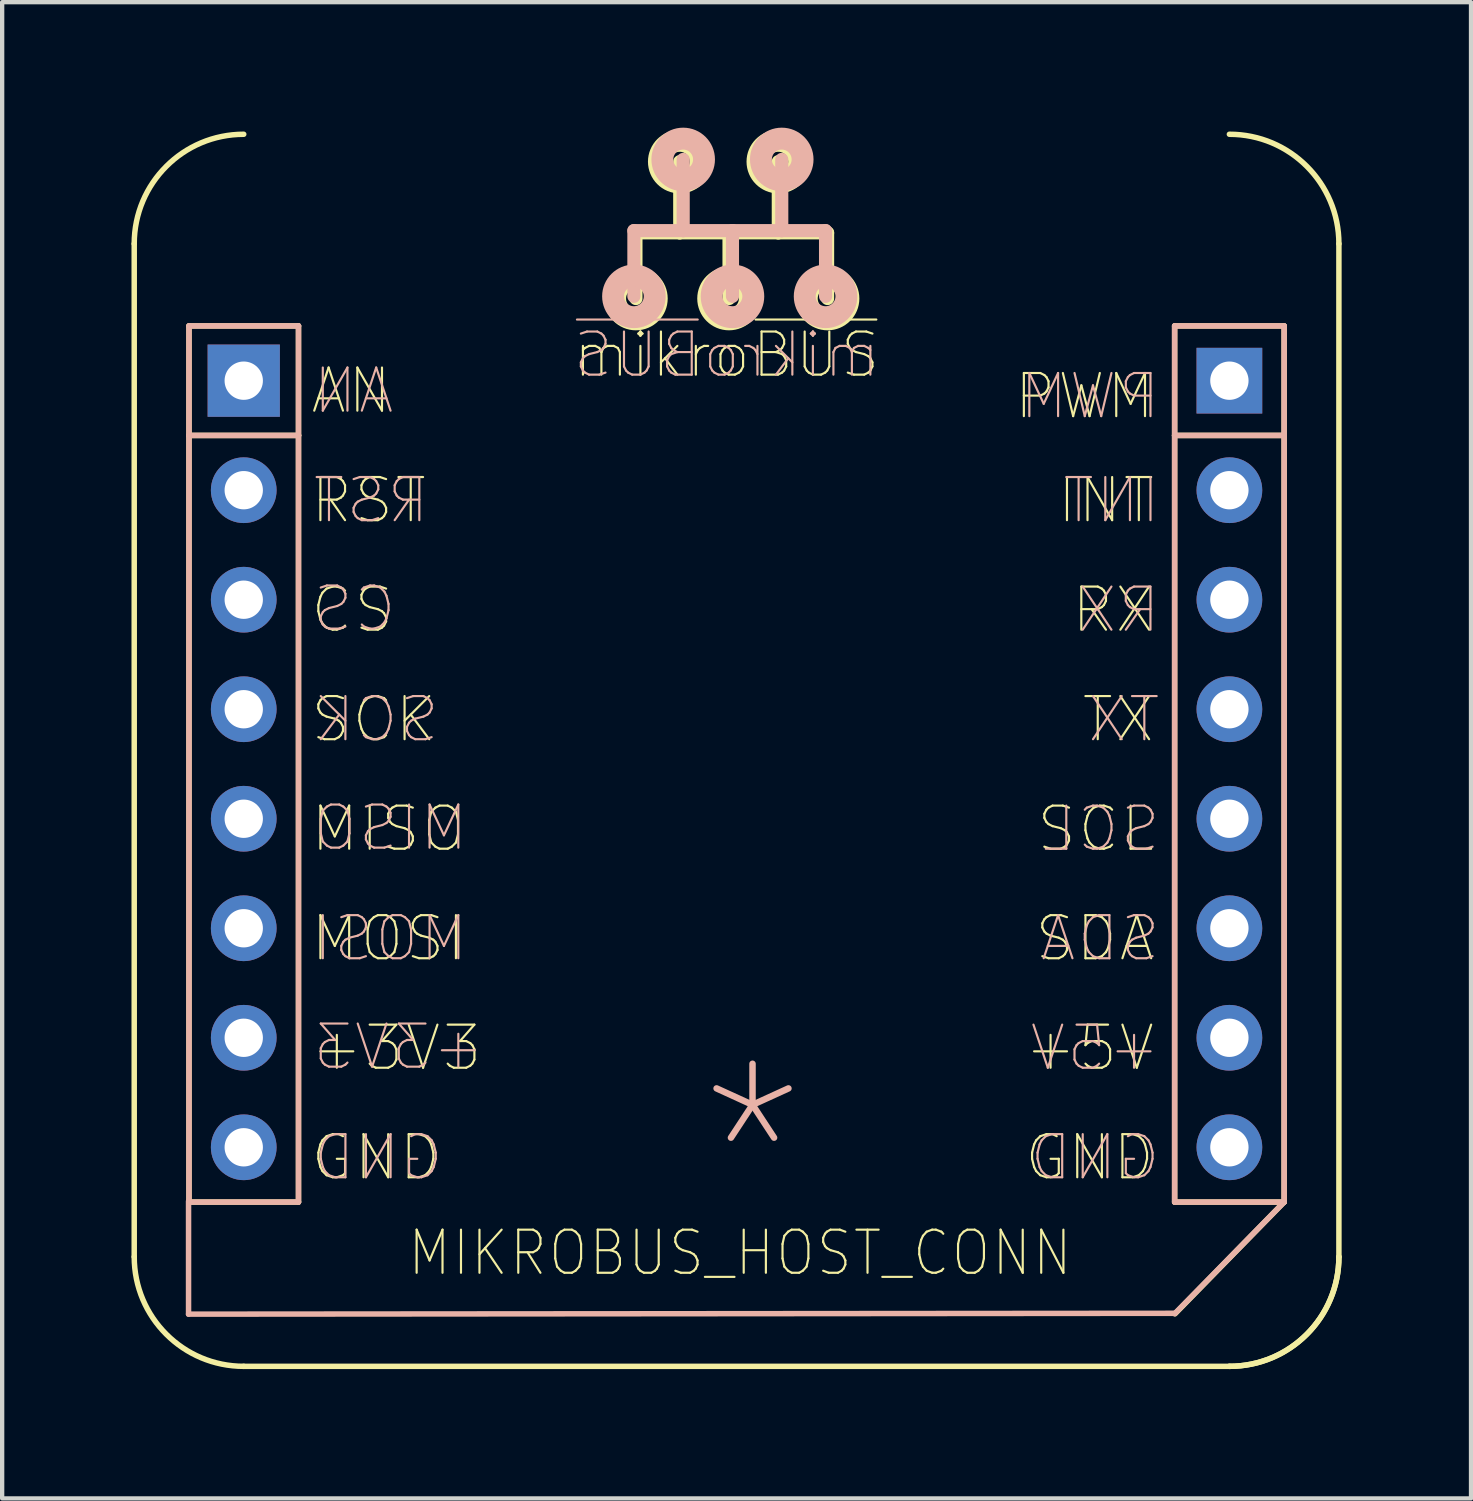
<source format=kicad_pcb>
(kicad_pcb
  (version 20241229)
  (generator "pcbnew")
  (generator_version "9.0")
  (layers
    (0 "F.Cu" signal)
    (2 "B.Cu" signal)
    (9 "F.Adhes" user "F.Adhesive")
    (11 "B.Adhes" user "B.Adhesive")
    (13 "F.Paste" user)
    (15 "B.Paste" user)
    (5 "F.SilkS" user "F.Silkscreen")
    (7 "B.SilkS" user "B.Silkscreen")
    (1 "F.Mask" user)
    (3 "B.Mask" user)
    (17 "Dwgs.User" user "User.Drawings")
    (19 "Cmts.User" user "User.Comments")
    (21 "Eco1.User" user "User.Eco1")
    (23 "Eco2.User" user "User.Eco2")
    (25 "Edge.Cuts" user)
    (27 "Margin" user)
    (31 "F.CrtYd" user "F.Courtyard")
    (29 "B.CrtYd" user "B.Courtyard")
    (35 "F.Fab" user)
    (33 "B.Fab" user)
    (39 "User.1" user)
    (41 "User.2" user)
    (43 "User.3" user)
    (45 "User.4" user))
  (footprint "MIKROBUS_HOST_CONN"
    (layer "F.Cu")
    (at 2.603 5.779)
    (property "Reference" "MIKROBUS_HOST_CONN" (at 11.51 20.23 0) (layer "F.SilkS") (effects (font (size 1 0.9) (thickness 0.05))))
    (attr through_hole)
    (fp_line (start -2.54 -3.175) (end -2.54 20.32) (stroke (width 0.127) (type solid)) (layer "F.SilkS"))
    (fp_line (start -1.27 -1.27) (end -1.27 1.27) (stroke (width 0.127) (type solid)) (layer "F.SilkS"))
    (fp_line (start -1.27 1.27) (end -1.27 19.05) (stroke (width 0.127) (type solid)) (layer "F.SilkS"))
    (fp_line (start -1.27 1.27) (end 1.27 1.27) (stroke (width 0.127) (type solid)) (layer "F.SilkS"))
    (fp_line (start -1.27 19.05) (end 1.27 19.05) (stroke (width 0.127) (type solid)) (layer "F.SilkS"))
    (fp_line (start 0 22.86) (end 22.86 22.86) (stroke (width 0.127) (type solid)) (layer "F.SilkS"))
    (fp_line (start 1.27 -1.27) (end -1.27 -1.27) (stroke (width 0.127) (type solid)) (layer "F.SilkS"))
    (fp_line (start 1.27 1.27) (end 1.27 -1.27) (stroke (width 0.127) (type solid)) (layer "F.SilkS"))
    (fp_line (start 1.27 19.05) (end 1.27 1.27) (stroke (width 0.127) (type solid)) (layer "F.SilkS"))
    (fp_line (start 9.096 -3.429) (end 9.096 -1.905) (stroke (width 0.305) (type solid)) (layer "F.SilkS"))
    (fp_line (start 9.096 -3.429) (end 10.112 -3.429) (stroke (width 0.305) (type solid)) (layer "F.SilkS"))
    (fp_line (start 10.112 -3.429) (end 10.112 -5.08) (stroke (width 0.305) (type solid)) (layer "F.SilkS"))
    (fp_line (start 10.112 -3.429) (end 11.255 -3.429) (stroke (width 0.305) (type solid)) (layer "F.SilkS"))
    (fp_line (start 11.255 -3.429) (end 11.255 -1.905) (stroke (width 0.305) (type solid)) (layer "F.SilkS"))
    (fp_line (start 11.255 -3.429) (end 12.398 -3.429) (stroke (width 0.305) (type solid)) (layer "F.SilkS"))
    (fp_line (start 12.398 -3.429) (end 12.398 -5.08) (stroke (width 0.305) (type solid)) (layer "F.SilkS"))
    (fp_line (start 12.398 -3.429) (end 13.541 -3.429) (stroke (width 0.305) (type solid)) (layer "F.SilkS"))
    (fp_line (start 13.541 -3.429) (end 13.541 -1.905) (stroke (width 0.305) (type solid)) (layer "F.SilkS"))
    (fp_line (start 21.59 -1.27) (end 21.59 1.27) (stroke (width 0.127) (type solid)) (layer "F.SilkS"))
    (fp_line (start 21.59 -1.27) (end 24.13 -1.27) (stroke (width 0.127) (type solid)) (layer "F.SilkS"))
    (fp_line (start 21.59 1.27) (end 21.59 19.05) (stroke (width 0.127) (type solid)) (layer "F.SilkS"))
    (fp_line (start 21.59 1.27) (end 24.13 1.27) (stroke (width 0.127) (type solid)) (layer "F.SilkS"))
    (fp_line (start 21.59 19.05) (end 24.13 19.05) (stroke (width 0.127) (type solid)) (layer "F.SilkS"))
    (fp_line (start 24.13 -1.27) (end 24.13 19.05) (stroke (width 0.127) (type solid)) (layer "F.SilkS"))
    (fp_line (start 24.13 19.05) (end 21.6 21.64) (stroke (width 0.127) (type solid)) (layer "F.SilkS"))
    (fp_line (start 25.4 -3.175) (end 25.4 20.32) (stroke (width 0.127) (type solid)) (layer "F.SilkS"))
    (fp_arc (start -2.54 -3.175) (mid -1.796051 -4.971051) (end 0 -5.715) (stroke (width 0.127) (type solid)) (layer "F.SilkS"))
    (fp_arc (start 0 22.86) (mid -1.796051 22.116051) (end -2.54 20.32) (stroke (width 0.127) (type solid)) (layer "F.SilkS"))
    (fp_arc (start 22.86 -5.715) (mid 24.656051 -4.971051) (end 25.4 -3.175) (stroke (width 0.127) (type solid)) (layer "F.SilkS"))
    (fp_arc (start 25.4 20.32) (mid 24.656051 22.116051) (end 22.86 22.86) (stroke (width 0.127) (type solid)) (layer "F.SilkS"))
    (fp_arc (start 25.4 20.32) (mid 24.656051 22.116051) (end 22.86 22.86) (stroke (width 0.127) (type solid)) (layer "F.SilkS"))
    (fp_circle (center 9.096 -1.905) (end 9.325 -1.905) (stroke (width 0.508) (type solid)) (fill no) (layer "F.SilkS"))
    (fp_circle (center 10.112 -5.08) (end 10.341 -5.08) (stroke (width 0.508) (type solid)) (fill no) (layer "F.SilkS"))
    (fp_circle (center 11.255 -1.905) (end 11.484 -1.905) (stroke (width 0.508) (type solid)) (fill no) (layer "F.SilkS"))
    (fp_circle (center 12.398 -5.08) (end 12.627 -5.08) (stroke (width 0.508) (type solid)) (fill no) (layer "F.SilkS"))
    (fp_circle (center 13.541 -1.905) (end 13.77 -1.905) (stroke (width 0.508) (type solid)) (fill no) (layer "F.SilkS"))
    (fp_line (start -1.28 19.03) (end -1.28 21.65) (stroke (width 0.127) (type solid)) (layer "B.SilkS"))
    (fp_line (start -1.28 21.65) (end 21.59 21.63) (stroke (width 0.127) (type solid)) (layer "B.SilkS"))
    (fp_line (start -1.27 -1.27) (end -1.27 1.27) (stroke (width 0.127) (type solid)) (layer "B.SilkS"))
    (fp_line (start -1.27 1.27) (end -1.27 19.05) (stroke (width 0.127) (type solid)) (layer "B.SilkS"))
    (fp_line (start -1.27 1.27) (end 1.27 1.27) (stroke (width 0.127) (type solid)) (layer "B.SilkS"))
    (fp_line (start -1.27 19.05) (end 1.27 19.05) (stroke (width 0.127) (type solid)) (layer "B.SilkS"))
    (fp_line (start 1.27 -1.27) (end -1.27 -1.27) (stroke (width 0.127) (type solid)) (layer "B.SilkS"))
    (fp_line (start 1.27 1.27) (end 1.27 -1.27) (stroke (width 0.127) (type solid)) (layer "B.SilkS"))
    (fp_line (start 1.27 19.05) (end 1.27 1.27) (stroke (width 0.127) (type solid)) (layer "B.SilkS"))
    (fp_line (start 9.049 -3.48) (end 9.049 -1.956) (stroke (width 0.305) (type solid)) (layer "B.SilkS"))
    (fp_line (start 10.192 -3.48) (end 9.049 -3.48) (stroke (width 0.305) (type solid)) (layer "B.SilkS"))
    (fp_line (start 10.192 -3.48) (end 10.192 -5.131) (stroke (width 0.305) (type solid)) (layer "B.SilkS"))
    (fp_line (start 11.335 -3.48) (end 10.192 -3.48) (stroke (width 0.305) (type solid)) (layer "B.SilkS"))
    (fp_line (start 11.335 -3.48) (end 11.335 -1.956) (stroke (width 0.305) (type solid)) (layer "B.SilkS"))
    (fp_line (start 12.478 -3.48) (end 11.335 -3.48) (stroke (width 0.305) (type solid)) (layer "B.SilkS"))
    (fp_line (start 12.478 -3.48) (end 12.478 -5.131) (stroke (width 0.305) (type solid)) (layer "B.SilkS"))
    (fp_line (start 13.494 -3.48) (end 12.478 -3.48) (stroke (width 0.305) (type solid)) (layer "B.SilkS"))
    (fp_line (start 13.494 -3.48) (end 13.494 -1.956) (stroke (width 0.305) (type solid)) (layer "B.SilkS"))
    (fp_line (start 21.59 -1.27) (end 21.59 1.27) (stroke (width 0.127) (type solid)) (layer "B.SilkS"))
    (fp_line (start 21.59 -1.27) (end 24.13 -1.27) (stroke (width 0.127) (type solid)) (layer "B.SilkS"))
    (fp_line (start 21.59 1.27) (end 21.59 19.05) (stroke (width 0.127) (type solid)) (layer "B.SilkS"))
    (fp_line (start 21.59 1.27) (end 24.13 1.27) (stroke (width 0.127) (type solid)) (layer "B.SilkS"))
    (fp_line (start 21.59 19.05) (end 24.13 19.05) (stroke (width 0.127) (type solid)) (layer "B.SilkS"))
    (fp_line (start 24.13 -1.27) (end 24.13 19.05) (stroke (width 0.127) (type solid)) (layer "B.SilkS"))
    (fp_line (start 24.13 19.05) (end 21.59 21.64) (stroke (width 0.127) (type solid)) (layer "B.SilkS"))
    (fp_circle (center 9.049 -1.956) (end 9.278 -1.956) (stroke (width 0.508) (type solid)) (fill no) (layer "B.SilkS"))
    (fp_circle (center 10.192 -5.131) (end 10.421 -5.131) (stroke (width 0.508) (type solid)) (fill no) (layer "B.SilkS"))
    (fp_circle (center 11.335 -1.956) (end 11.564 -1.956) (stroke (width 0.508) (type solid)) (fill no) (layer "B.SilkS"))
    (fp_circle (center 12.478 -5.131) (end 12.707 -5.131) (stroke (width 0.508) (type solid)) (fill no) (layer "B.SilkS"))
    (fp_circle (center 13.494 -1.956) (end 13.723 -1.956) (stroke (width 0.508) (type solid)) (fill no) (layer "B.SilkS"))
    (fp_text user "AN" (at 2.492 0.235 0) (layer "F.SilkS") (effects (font (size 1 1) (thickness 0.05))))
    (fp_text user "MOSI" (at 3.35 12.935 0) (layer "F.SilkS") (effects (font (size 1 1) (thickness 0.05))))
    (fp_text user "GND" (at 19.617 18.015 0) (layer "F.SilkS") (effects (font (size 1 1) (thickness 0.05))))
    (fp_text user "SDA" (at 19.736 12.935 0) (layer "F.SilkS") (effects (font (size 1 1) (thickness 0.05))))
    (fp_text user "GND" (at 3.064 18.015 0) (layer "F.SilkS") (effects (font (size 1 1) (thickness 0.05))))
    (fp_text user "mikro~{BUS}" (at 11.2 -0.6 0) (layer "F.SilkS") (effects (font (size 1 1) (thickness 0.05))))
    (fp_text user "INT" (at 19.998 2.775 0) (layer "F.SilkS") (effects (font (size 1 1) (thickness 0.05))))
    (fp_text user "MISO" (at 3.35 10.395 0) (layer "F.SilkS") (effects (font (size 1 1) (thickness 0.05))))
    (fp_text user "CS" (at 2.516 5.315 0) (layer "F.SilkS") (effects (font (size 1 1) (thickness 0.05))))
    (fp_text user "SCL" (at 19.759 10.395 0) (layer "F.SilkS") (effects (font (size 1 1) (thickness 0.05))))
    (fp_text user "+5V" (at 19.617 15.475 0) (layer "F.SilkS") (effects (font (size 1 1) (thickness 0.05))))
    (fp_text user "+3V3" (at 3.54 15.475 0) (layer "F.SilkS") (effects (font (size 1 1) (thickness 0.05))))
    (fp_text user "RX" (at 20.164 5.315 0) (layer "F.SilkS") (effects (font (size 1 1) (thickness 0.05))))
    (fp_text user "RST" (at 2.897 2.775 0) (layer "F.SilkS") (effects (font (size 1 1) (thickness 0.05))))
    (fp_text user "SCK" (at 3.016 7.855 0) (layer "F.SilkS") (effects (font (size 1 1) (thickness 0.05))))
    (fp_text user "PWM" (at 19.498 0.362 0) (layer "F.SilkS") (effects (font (size 1 1) (thickness 0.05))))
    (fp_text user "TX" (at 20.283 7.855 0) (layer "F.SilkS") (effects (font (size 1 1) (thickness 0.05))))
    (fp_text user "INT" (at 20.125 2.775 0) (layer "B.SilkS") (effects (font (size 1 1) (thickness 0.05)) (justify mirror)))
    (fp_text user "MOSI" (at 3.405 12.935 0) (layer "B.SilkS") (effects (font (size 1 1) (thickness 0.05)) (justify mirror)))
    (fp_text user "RST" (at 2.953 2.775 0) (layer "B.SilkS") (effects (font (size 1 1) (thickness 0.05)) (justify mirror)))
    (fp_text user "CS" (at 2.572 5.29 0) (layer "B.SilkS") (effects (font (size 1 1) (thickness 0.05)) (justify mirror)))
    (fp_text user "SCK" (at 3.072 7.855 0) (layer "B.SilkS") (effects (font (size 1 1) (thickness 0.05)) (justify mirror)))
    (fp_text user "AN" (at 2.548 0.235 0) (layer "B.SilkS") (effects (font (size 1 1) (thickness 0.05)) (justify mirror)))
    (fp_text user "SCL" (at 19.887 10.395 0) (layer "B.SilkS") (effects (font (size 1 1) (thickness 0.05)) (justify mirror)))
    (fp_text user "mikro~{BUS}" (at 11.2 -0.6 0) (layer "B.SilkS") (effects (font (size 1 1) (thickness 0.05)) (justify mirror)))
    (fp_text user "PWM" (at 19.625 0.362 0) (layer "B.SilkS") (effects (font (size 1 1) (thickness 0.05)) (justify mirror)))
    (fp_text user "SDA" (at 19.863 12.935 0) (layer "B.SilkS") (effects (font (size 1 1) (thickness 0.05)) (justify mirror)))
    (fp_text user "+5V" (at 19.744 15.475 0) (layer "B.SilkS") (effects (font (size 1 1) (thickness 0.05)) (justify mirror)))
    (fp_text user "GND" (at 19.744 18.015 0) (layer "B.SilkS") (effects (font (size 1 1) (thickness 0.05)) (justify mirror)))
    (fp_text user "MISO" (at 3.405 10.37 0) (layer "B.SilkS") (effects (font (size 1 1) (thickness 0.05)) (justify mirror)))
    (fp_text user "*" (at 11.8 18 0) (layer "B.SilkS") (effects (font (size 4 3.5) (thickness 0.15)) (justify mirror)))
    (fp_text user "RX" (at 20.291 5.315 0) (layer "B.SilkS") (effects (font (size 1 1) (thickness 0.05)) (justify mirror)))
    (fp_text user "GND" (at 3.12 18.015 0) (layer "B.SilkS") (effects (font (size 1 1) (thickness 0.05)) (justify mirror)))
    (fp_text user "+3V3" (at 3.596 15.45 0) (layer "B.SilkS") (effects (font (size 1 1) (thickness 0.05)) (justify mirror)))
    (fp_text user "TX" (at 20.411 7.855 0) (layer "B.SilkS") (effects (font (size 1 1) (thickness 0.05)) (justify mirror)))
    (pad "P1" thru_hole rect (at 0 0) (size 1.676 1.676) (drill 0.889) (layers "*.Cu" "*.Mask"))
    (pad "P2" thru_hole circle (at 0 2.54) (size 1.524 1.524) (drill 0.889) (layers "*.Cu" "*.Mask"))
    (pad "P3" thru_hole circle (at 0 5.08) (size 1.524 1.524) (drill 0.889) (layers "*.Cu" "*.Mask"))
    (pad "P4" thru_hole circle (at 0 7.62) (size 1.524 1.524) (drill 0.889) (layers "*.Cu" "*.Mask"))
    (pad "P5" thru_hole circle (at 0 10.16) (size 1.524 1.524) (drill 0.889) (layers "*.Cu" "*.Mask"))
    (pad "P6" thru_hole circle (at 0 12.7) (size 1.524 1.524) (drill 0.889) (layers "*.Cu" "*.Mask"))
    (pad "P7" thru_hole circle (at 0 15.24) (size 1.524 1.524) (drill 0.889) (layers "*.Cu" "*.Mask"))
    (pad "P8" thru_hole circle (at 0 17.78) (size 1.524 1.524) (drill 0.889) (layers "*.Cu" "*.Mask"))
    (pad "P9" thru_hole circle (at 22.86 17.78) (size 1.524 1.524) (drill 0.889) (layers "*.Cu" "*.Mask"))
    (pad "P10" thru_hole circle (at 22.86 15.24) (size 1.524 1.524) (drill 0.889) (layers "*.Cu" "*.Mask"))
    (pad "P11" thru_hole circle (at 22.86 12.7) (size 1.524 1.524) (drill 0.889) (layers "*.Cu" "*.Mask"))
    (pad "P12" thru_hole circle (at 22.86 10.16) (size 1.524 1.524) (drill 0.889) (layers "*.Cu" "*.Mask"))
    (pad "P13" thru_hole circle (at 22.86 7.62) (size 1.524 1.524) (drill 0.889) (layers "*.Cu" "*.Mask"))
    (pad "P14" thru_hole circle (at 22.86 5.08) (size 1.524 1.524) (drill 0.889) (layers "*.Cu" "*.Mask"))
    (pad "P15" thru_hole circle (at 22.86 2.54) (size 1.524 1.524) (drill 0.889) (layers "*.Cu" "*.Mask"))
    (pad "P16" thru_hole rect (at 22.86 0) (size 1.524 1.524) (drill 0.889) (layers "*.Cu" "*.Mask")))
  (gr_rect
    (start -3 -3)
    (end 31.067 31.702)
    (stroke (width 0.1) (type default))
    (fill no)
    (layer "Edge.Cuts")))
</source>
